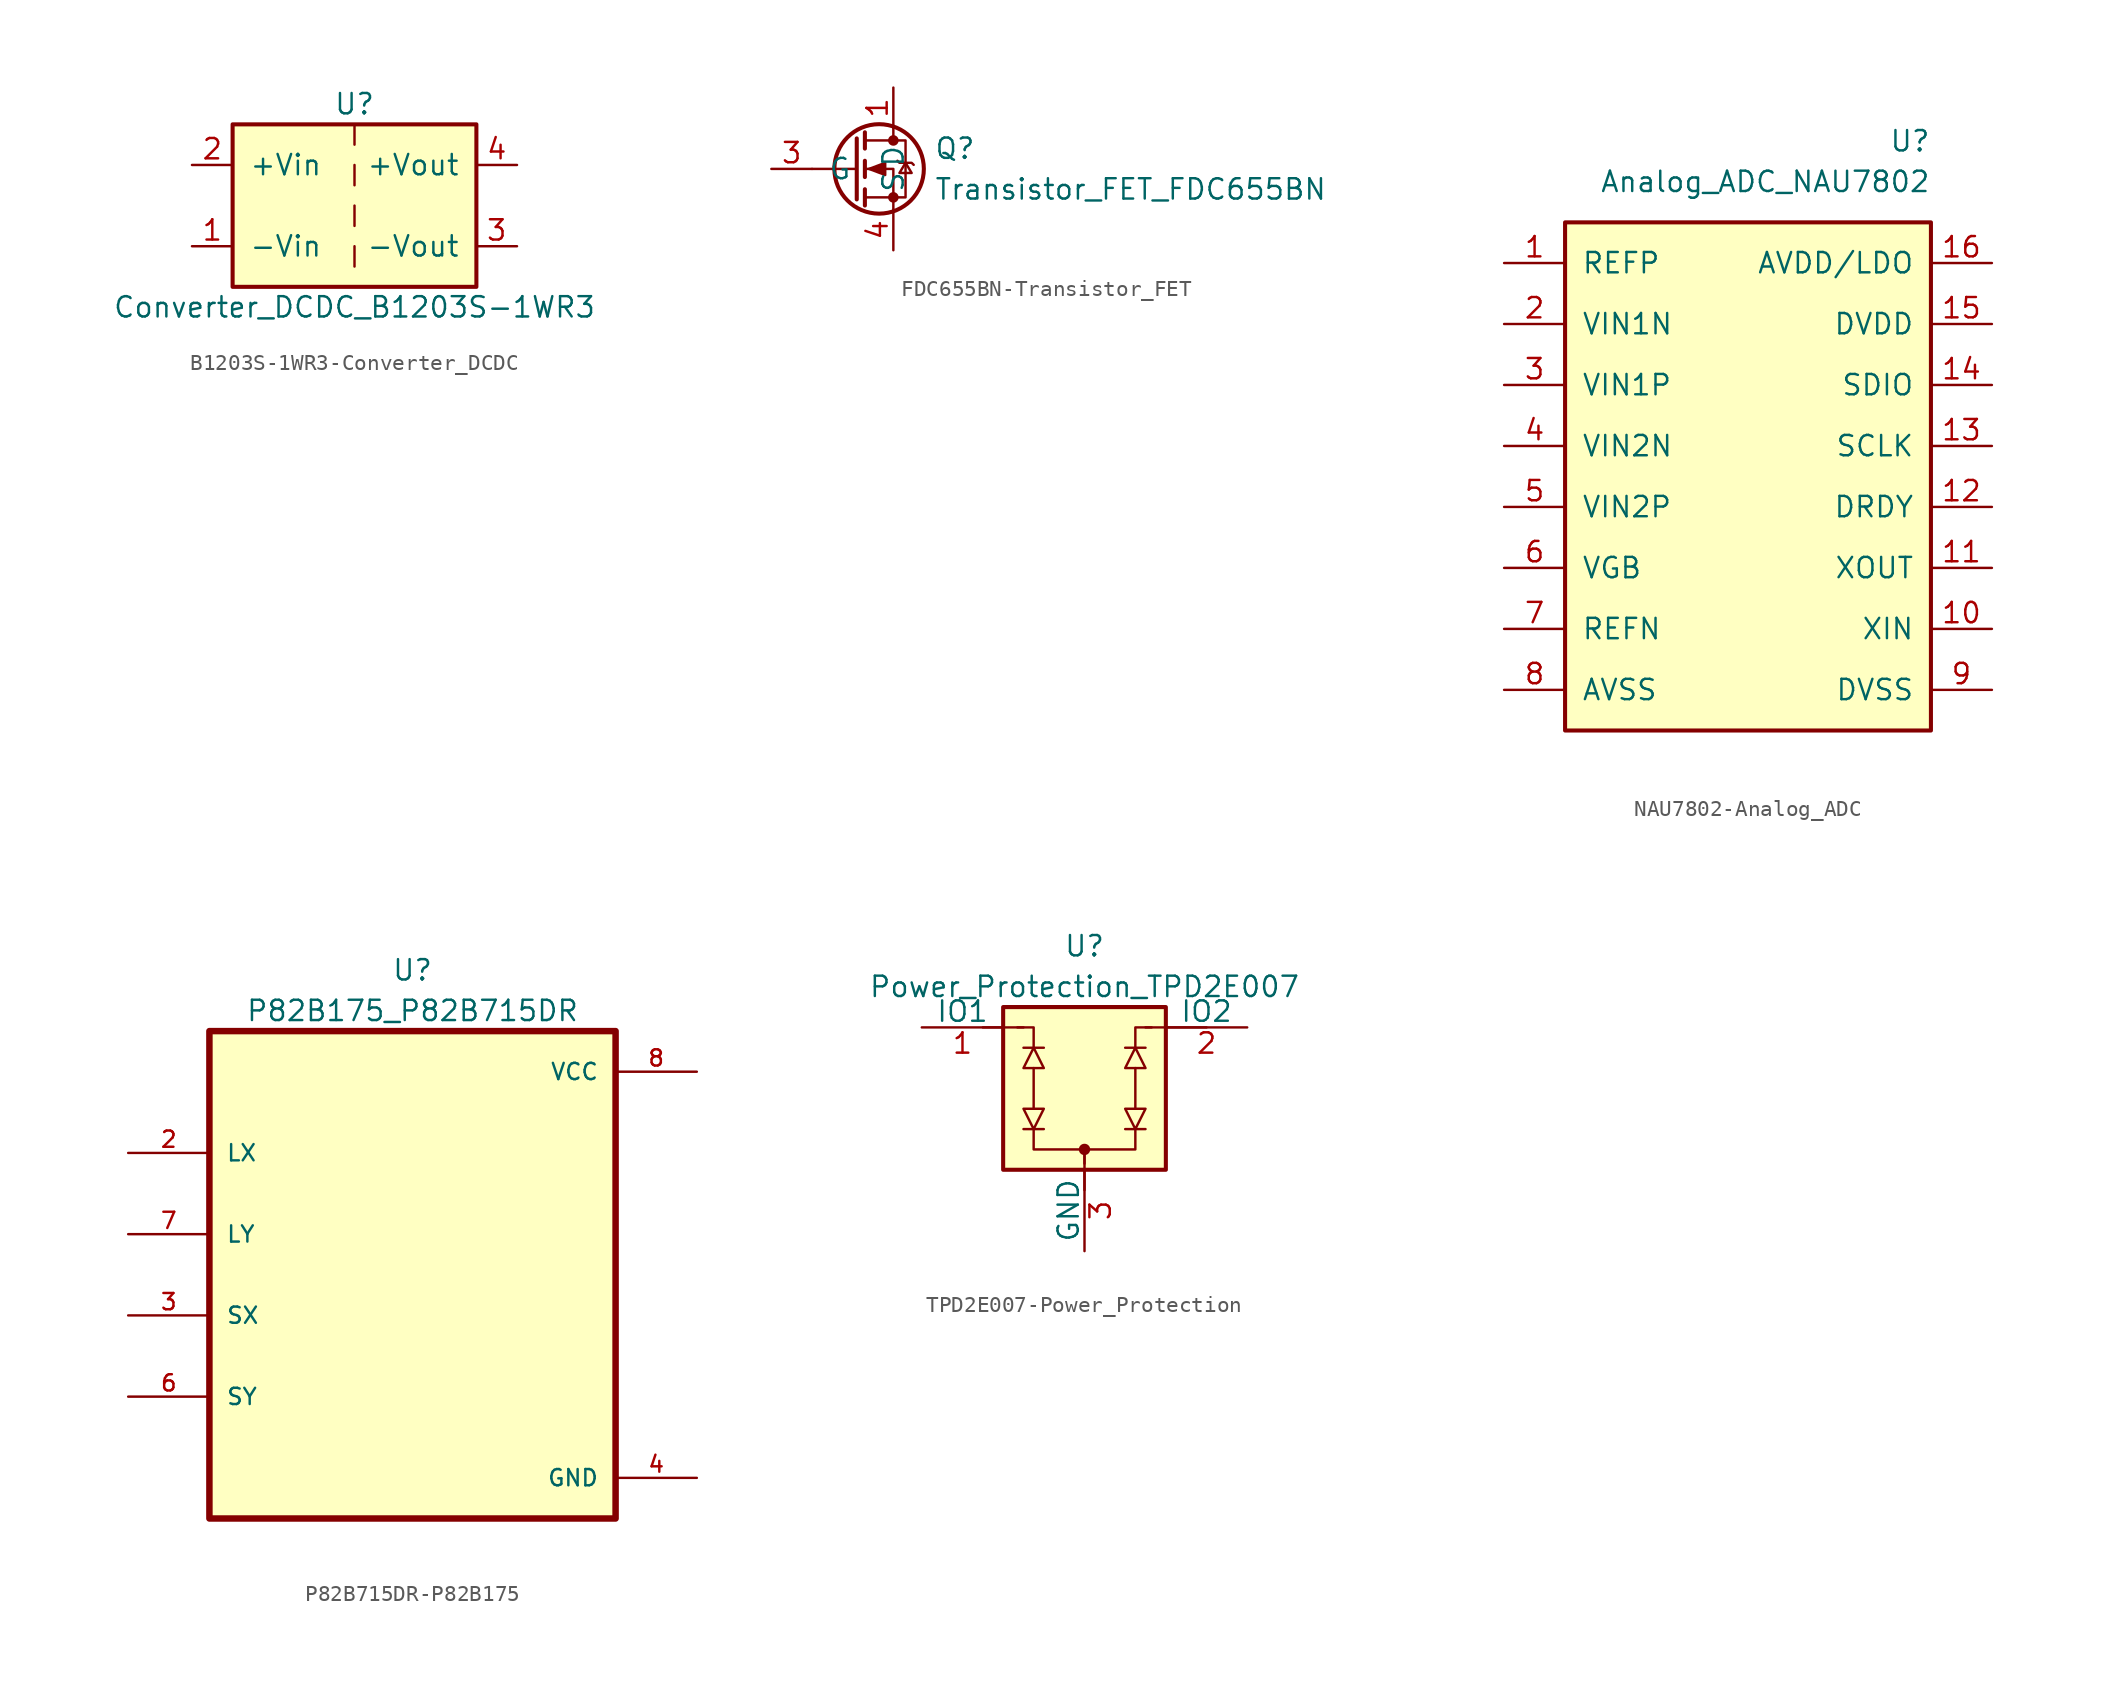
<source format=kicad_sym>
(kicad_symbol_lib
  (version 20220914)
  (generator kicad_symbol_editor)
  (symbol "B1203S-1WR3-Converter_DCDC"
    (pin_names
      (offset 1.016))
    (property "Reference" "U"
      (at 0 6.35 0)
      (effects (font (size 1.27 1.27))))
    (property "Value" "Converter_DCDC_B1203S-1WR3"
      (at 0 -6.35 0)
      (effects (font (size 1.27 1.27))))
    (symbol "B1203S-1WR3-Converter_DCDC_1_1"
      (rectangle (start -7.62 5.08) (end 7.62 -5.08) (stroke (width 0.254) (type solid)) (fill (type background)))
      (polyline (pts (xy 0 -2.54) (xy 0 -3.81)) (stroke (width 0) (type solid)) (fill (type none)))
      (polyline (pts (xy 0 0) (xy 0 -1.27)) (stroke (width 0) (type solid)) (fill (type none)))
      (polyline (pts (xy 0 2.54) (xy 0 1.27)) (stroke (width 0) (type solid)) (fill (type none)))
      (polyline (pts (xy 0 5.08) (xy 0 3.81)) (stroke (width 0) (type solid)) (fill (type none)))
      (pin power_in line (at -10.16 -2.54 0) (length 2.54) (name "-Vin" (effects (font (size 1.27 1.27)))) (number "1" (effects (font (size 1.27 1.27)))))
      (pin power_in line (at -10.16 2.54 0) (length 2.54) (name "+Vin" (effects (font (size 1.27 1.27)))) (number "2" (effects (font (size 1.27 1.27)))))
      (pin power_out line (at 10.16 -2.54 180) (length 2.54) (name "-Vout" (effects (font (size 1.27 1.27)))) (number "3" (effects (font (size 1.27 1.27)))))
      (pin power_out line (at 10.16 2.54 180) (length 2.54) (name "+Vout" (effects (font (size 1.27 1.27)))) (number "4" (effects (font (size 1.27 1.27)))))))
  (symbol "FDC655BN-Transistor_FET"
    (pin_names
      (offset 1.016))
    (property "Reference" "Q"
      (at 2.54 1.27 0)
      (effects (font (size 1.27 1.27)) (justify left)))
    (property "Value" "Transistor_FET_FDC655BN"
      (at 2.54 -1.27 0)
      (effects (font (size 1.27 1.27)) (justify left)))
    (symbol "FDC655BN-Transistor_FET_1_1"
      (circle (center -0.889 0) (radius 2.794) (stroke (width 0.254) (type solid)) (fill (type none)))
      (circle (center 0 -1.778) (radius 0.254) (stroke (width 0) (type solid)) (fill (type outline)))
      (polyline (pts (xy -2.286 0) (xy -5.08 0)) (stroke (width 0) (type solid)) (fill (type none)))
      (polyline (pts (xy -2.286 1.905) (xy -2.286 -1.905)) (stroke (width 0.254) (type solid)) (fill (type none)))
      (polyline (pts (xy -1.778 -1.27) (xy -1.778 -2.286)) (stroke (width 0.254) (type solid)) (fill (type none)))
      (polyline (pts (xy -1.778 0.508) (xy -1.778 -0.508)) (stroke (width 0.254) (type solid)) (fill (type none)))
      (polyline (pts (xy -1.778 2.286) (xy -1.778 1.27)) (stroke (width 0.254) (type solid)) (fill (type none)))
      (polyline (pts (xy 0 2.54) (xy 0 1.778)) (stroke (width 0) (type solid)) (fill (type none)))
      (polyline (pts (xy 0 -2.54) (xy 0 0) (xy -1.778 0)) (stroke (width 0) (type solid)) (fill (type none)))
      (polyline (pts (xy -1.778 -1.778) (xy 0.762 -1.778) (xy 0.762 1.778) (xy -1.778 1.778)) (stroke (width 0) (type solid)) (fill (type none)))
      (polyline (pts (xy -1.524 0) (xy -0.508 0.381) (xy -0.508 -0.381) (xy -1.524 0)) (stroke (width 0) (type solid)) (fill (type outline)))
      (polyline (pts (xy 0.254 0.508) (xy 0.381 0.381) (xy 1.143 0.381) (xy 1.27 0.254)) (stroke (width 0) (type solid)) (fill (type none)))
      (polyline (pts (xy 0.762 0.381) (xy 0.381 -0.254) (xy 1.143 -0.254) (xy 0.762 0.381)) (stroke (width 0) (type solid)) (fill (type none)))
      (circle (center 0 1.778) (radius 0.254) (stroke (width 0) (type solid)) (fill (type outline)))
      (pin passive line (at 0 5.08 270) (length 2.54) (name "D" (effects (font (size 1.27 1.27)))) (number "1" (effects (font (size 1.27 1.27)))))
      (pin passive line (at 0 5.08 270) (length 2.54) hide (name "D" (effects (font (size 1.27 1.27)))) (number "2" (effects (font (size 1.27 1.27)))))
      (pin passive line (at -7.62 0 0) (length 2.54) (name "G" (effects (font (size 1.27 1.27)))) (number "3" (effects (font (size 1.27 1.27)))))
      (pin passive line (at 0 -5.08 90) (length 2.54) (name "S" (effects (font (size 1.27 1.27)))) (number "4" (effects (font (size 1.27 1.27)))))
      (pin passive line (at 0 5.08 270) (length 2.54) hide (name "D" (effects (font (size 1.27 1.27)))) (number "5" (effects (font (size 1.27 1.27)))))
      (pin passive line (at 0 5.08 270) (length 2.54) hide (name "D" (effects (font (size 1.27 1.27)))) (number "6" (effects (font (size 1.27 1.27)))))))
  (symbol "NAU7802-Analog_ADC"
    (pin_names
      (offset 1.016))
    (property "Reference" "U"
      (at 11.43 20.32 0)
      (effects (font (size 1.27 1.27)) (justify right)))
    (property "Value" "Analog_ADC_NAU7802"
      (at 11.43 17.78 0)
      (effects (font (size 1.27 1.27)) (justify right)))
    (symbol "NAU7802-Analog_ADC_1_1"
      (rectangle (start -11.43 15.24) (end 11.43 -16.51) (stroke (width 0.254) (type solid)) (fill (type background)))
      (pin input line (at -15.24 12.7 0) (length 3.81) (name "REFP" (effects (font (size 1.27 1.27)))) (number "1" (effects (font (size 1.27 1.27)))))
      (pin output line (at 15.24 -10.16 180) (length 3.81) (name "XIN" (effects (font (size 1.27 1.27)))) (number "10" (effects (font (size 1.27 1.27)))))
      (pin output line (at 15.24 -6.35 180) (length 3.81) (name "XOUT" (effects (font (size 1.27 1.27)))) (number "11" (effects (font (size 1.27 1.27)))))
      (pin output line (at 15.24 -2.54 180) (length 3.81) (name "DRDY" (effects (font (size 1.27 1.27)))) (number "12" (effects (font (size 1.27 1.27)))))
      (pin output line (at 15.24 1.27 180) (length 3.81) (name "SCLK" (effects (font (size 1.27 1.27)))) (number "13" (effects (font (size 1.27 1.27)))))
      (pin output line (at 15.24 5.08 180) (length 3.81) (name "SDIO" (effects (font (size 1.27 1.27)))) (number "14" (effects (font (size 1.27 1.27)))))
      (pin power_in line (at 15.24 8.89 180) (length 3.81) (name "DVDD" (effects (font (size 1.27 1.27)))) (number "15" (effects (font (size 1.27 1.27)))))
      (pin output line (at 15.24 12.7 180) (length 3.81) (name "AVDD/LDO" (effects (font (size 1.27 1.27)))) (number "16" (effects (font (size 1.27 1.27)))))
      (pin input line (at -15.24 8.89 0) (length 3.81) (name "VIN1N" (effects (font (size 1.27 1.27)))) (number "2" (effects (font (size 1.27 1.27)))))
      (pin input line (at -15.24 5.08 0) (length 3.81) (name "VIN1P" (effects (font (size 1.27 1.27)))) (number "3" (effects (font (size 1.27 1.27)))))
      (pin input line (at -15.24 1.27 0) (length 3.81) (name "VIN2N" (effects (font (size 1.27 1.27)))) (number "4" (effects (font (size 1.27 1.27)))))
      (pin input line (at -15.24 -2.54 0) (length 3.81) (name "VIN2P" (effects (font (size 1.27 1.27)))) (number "5" (effects (font (size 1.27 1.27)))))
      (pin input line (at -15.24 -6.35 0) (length 3.81) (name "VGB" (effects (font (size 1.27 1.27)))) (number "6" (effects (font (size 1.27 1.27)))))
      (pin input line (at -15.24 -10.16 0) (length 3.81) (name "REFN" (effects (font (size 1.27 1.27)))) (number "7" (effects (font (size 1.27 1.27)))))
      (pin power_in line (at -15.24 -13.97 0) (length 3.81) (name "AVSS" (effects (font (size 1.27 1.27)))) (number "8" (effects (font (size 1.27 1.27)))))
      (pin power_in line (at 15.24 -13.97 180) (length 3.81) (name "DVSS" (effects (font (size 1.27 1.27)))) (number "9" (effects (font (size 1.27 1.27)))))))
  (symbol "P82B715DR-P82B175"
    (pin_names
      (offset 1.016))
    (property "Reference" "U"
      (at 0 19.05 0)
      (effects (font (size 1.27 1.27))))
    (property "Value" "P82B175_P82B715DR"
      (at 0 16.51 0)
      (effects (font (size 1.27 1.27))))
    (property "ki_locked" ""
      (at 0 0 0)
      (effects (font (size 1.27 1.27))))
    (symbol "P82B715DR-P82B175_0_0"
      (rectangle (start -12.7 -15.24) (end 12.7 15.24) (stroke (width 0.406) (type solid)) (fill (type background)))
      (pin bidirectional line (at -17.78 7.62 0) (length 5.08) (name "LX" (effects (font (size 1.016 1.016)))) (number "2" (effects (font (size 1.016 1.016)))))
      (pin bidirectional line (at -17.78 -2.54 0) (length 5.08) (name "SX" (effects (font (size 1.016 1.016)))) (number "3" (effects (font (size 1.016 1.016)))))
      (pin power_in line (at 17.78 -12.7 180) (length 5.08) (name "GND" (effects (font (size 1.016 1.016)))) (number "4" (effects (font (size 1.016 1.016)))))
      (pin bidirectional line (at -17.78 -7.62 0) (length 5.08) (name "SY" (effects (font (size 1.016 1.016)))) (number "6" (effects (font (size 1.016 1.016)))))
      (pin bidirectional line (at -17.78 2.54 0) (length 5.08) (name "LY" (effects (font (size 1.016 1.016)))) (number "7" (effects (font (size 1.016 1.016)))))
      (pin power_in line (at 17.78 12.7 180) (length 5.08) (name "VCC" (effects (font (size 1.016 1.016)))) (number "8" (effects (font (size 1.016 1.016)))))))
  (symbol "TPD2E007-Power_Protection"
    (pin_names
      (offset 0))
    (property "Reference" "U"
      (at 0 8.89 0)
      (effects (font (size 1.27 1.27))))
    (property "Value" "Power_Protection_TPD2E007"
      (at 0 6.35 0)
      (effects (font (size 1.27 1.27))))
    (symbol "TPD2E007-Power_Protection_0_1"
      (polyline (pts (xy -3.81 3.81) (xy -6.35 3.81)) (stroke (width 0) (type solid)) (fill (type none)))
      (polyline (pts (xy -3.175 -1.27) (xy -3.175 1.27)) (stroke (width 0) (type solid)) (fill (type none)))
      (polyline (pts (xy 0 -4.699) (xy 0 -3.81)) (stroke (width 0) (type solid)) (fill (type none)))
      (polyline (pts (xy 0 -3.81) (xy 0 -6.35)) (stroke (width 0) (type solid)) (fill (type none)))
      (polyline (pts (xy 3.81 3.81) (xy 7.62 3.81)) (stroke (width 0) (type solid)) (fill (type none)))
      (polyline (pts (xy -3.175 2.54) (xy -3.175 3.81) (xy -4.191 3.81)) (stroke (width 0) (type solid)) (fill (type none)))
      (polyline (pts (xy 0 -3.81) (xy -3.175 -3.81) (xy -3.175 -2.54)) (stroke (width 0) (type solid)) (fill (type none)))
      (polyline (pts (xy 0 -3.81) (xy 3.175 -3.81) (xy 3.175 -2.54)) (stroke (width 0) (type solid)) (fill (type none)))
      (polyline (pts (xy 4.191 3.81) (xy 3.175 3.81) (xy 3.175 2.54)) (stroke (width 0) (type solid)) (fill (type none)))
      (rectangle (start 3.175 -1.27) (end 3.175 1.27) (stroke (width 0) (type solid)) (fill (type none))))
    (symbol "TPD2E007-Power_Protection_1_1"
      (rectangle (start -5.08 5.08) (end 5.08 -5.08) (stroke (width 0.254) (type solid)) (fill (type background)))
      (circle (center 0 -3.81) (radius 0.279) (stroke (width 0) (type solid)) (fill (type outline)))
      (polyline (pts (xy -3.81 -2.54) (xy -2.54 -2.54)) (stroke (width 0) (type solid)) (fill (type none)))
      (polyline (pts (xy -3.81 2.54) (xy -2.54 2.54)) (stroke (width 0) (type solid)) (fill (type none)))
      (polyline (pts (xy 2.54 2.54) (xy 3.81 2.54)) (stroke (width 0) (type solid)) (fill (type none)))
      (polyline (pts (xy 3.81 -2.54) (xy 2.54 -2.54)) (stroke (width 0) (type solid)) (fill (type none)))
      (polyline (pts (xy -3.81 -1.27) (xy -2.54 -1.27) (xy -3.175 -2.54) (xy -3.81 -1.27)) (stroke (width 0) (type solid)) (fill (type none)))
      (polyline (pts (xy -2.54 1.27) (xy -3.81 1.27) (xy -3.175 2.54) (xy -2.54 1.27)) (stroke (width 0) (type solid)) (fill (type none)))
      (polyline (pts (xy 2.54 -1.27) (xy 3.81 -1.27) (xy 3.175 -2.54) (xy 2.54 -1.27)) (stroke (width 0) (type solid)) (fill (type none)))
      (polyline (pts (xy 3.81 1.27) (xy 2.54 1.27) (xy 3.175 2.54) (xy 3.81 1.27)) (stroke (width 0) (type solid)) (fill (type none)))
      (pin passive line (at -10.16 3.81 0) (length 5.08) (name "IO1" (effects (font (size 1.27 1.27)))) (number "1" (effects (font (size 1.27 1.27)))))
      (pin passive line (at 10.16 3.81 180) (length 5.08) (name "IO2" (effects (font (size 1.27 1.27)))) (number "2" (effects (font (size 1.27 1.27)))))
      (pin passive line (at 0 -10.16 90) (length 5.08) (name "GND" (effects (font (size 1.27 1.27)))) (number "3" (effects (font (size 1.27 1.27))))))))
</source>
